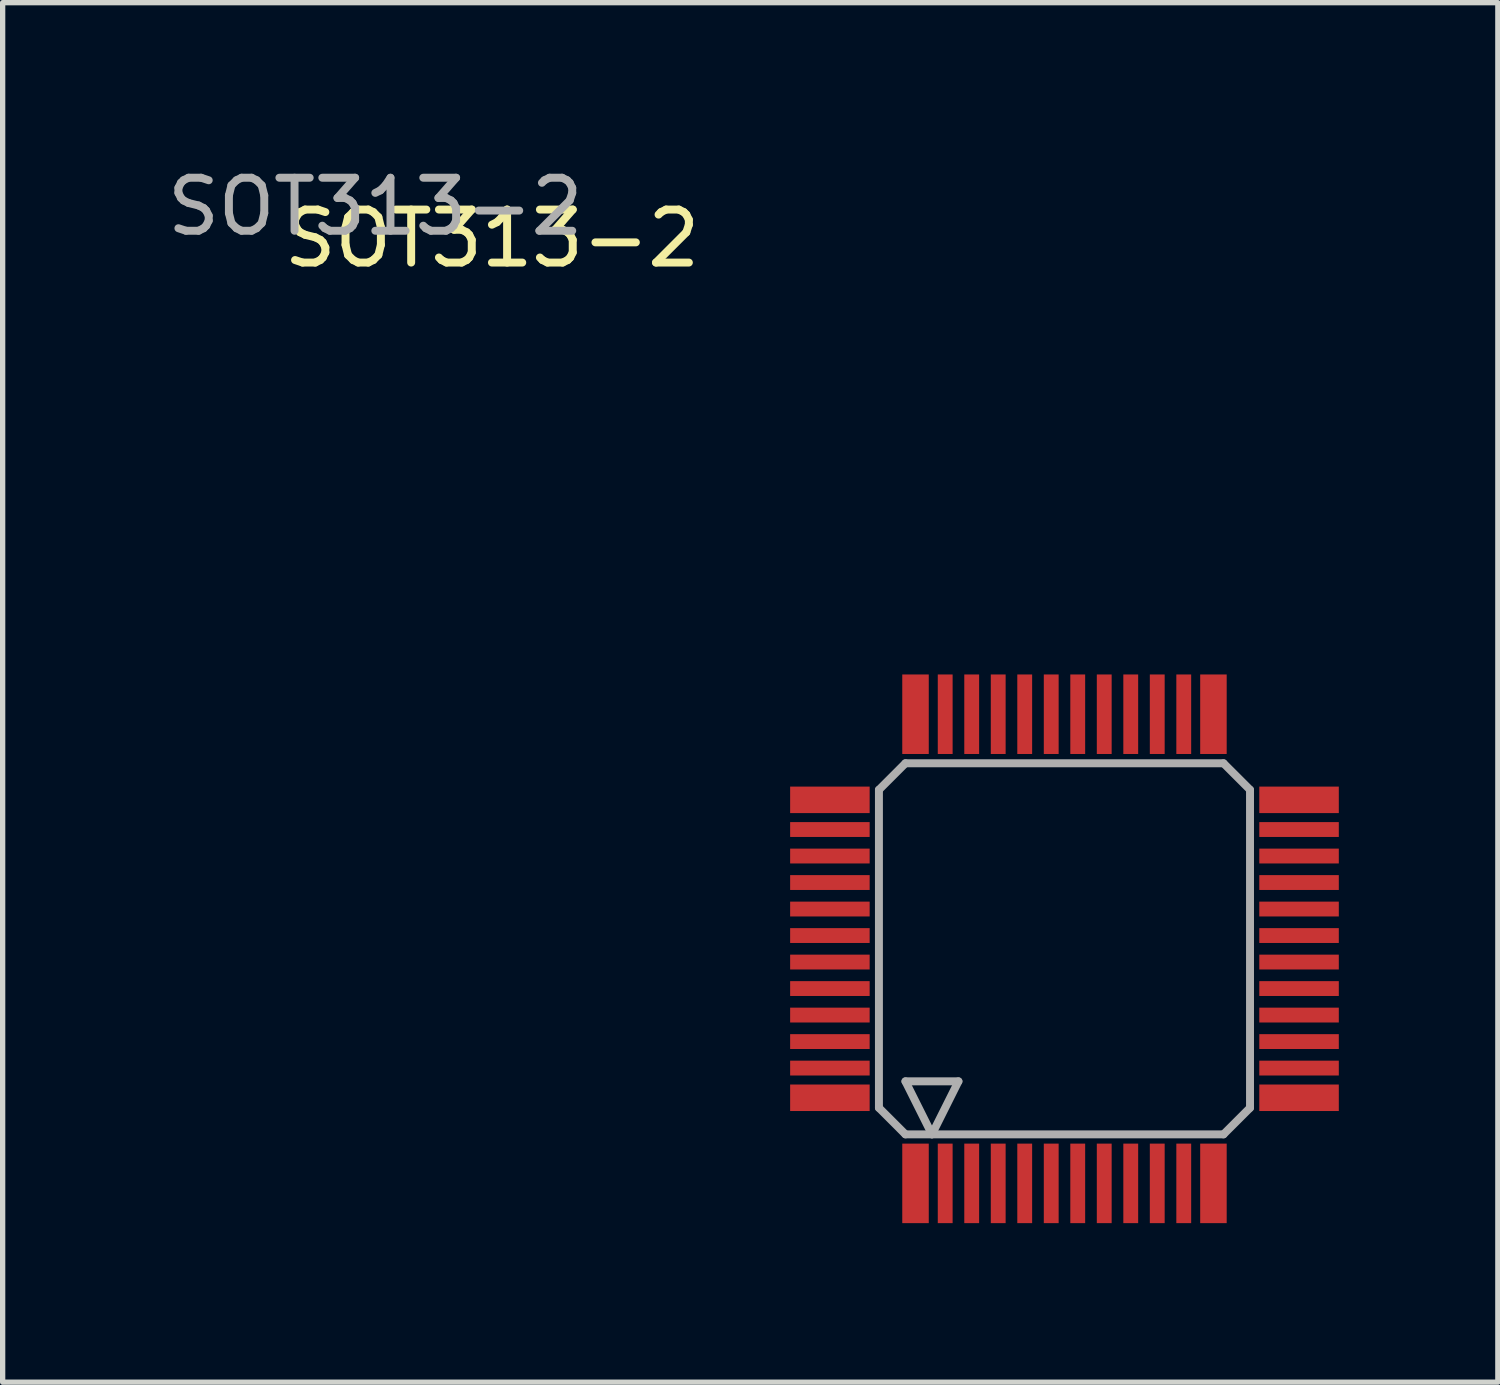
<source format=kicad_pcb>
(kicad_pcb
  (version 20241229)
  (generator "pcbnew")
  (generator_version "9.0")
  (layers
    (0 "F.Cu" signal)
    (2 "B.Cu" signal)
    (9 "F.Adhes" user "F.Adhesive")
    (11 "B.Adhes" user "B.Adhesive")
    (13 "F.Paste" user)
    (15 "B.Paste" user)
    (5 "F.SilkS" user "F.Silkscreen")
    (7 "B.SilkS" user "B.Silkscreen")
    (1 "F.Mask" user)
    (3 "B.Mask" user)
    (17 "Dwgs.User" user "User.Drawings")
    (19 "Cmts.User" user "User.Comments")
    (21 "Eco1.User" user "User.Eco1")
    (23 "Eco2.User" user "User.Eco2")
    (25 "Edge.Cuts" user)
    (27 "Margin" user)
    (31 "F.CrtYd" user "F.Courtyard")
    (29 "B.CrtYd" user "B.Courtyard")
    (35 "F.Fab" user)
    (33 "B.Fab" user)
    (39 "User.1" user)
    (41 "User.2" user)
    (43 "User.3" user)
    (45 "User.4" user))
  (footprint "SOT313-2"
    (layer "F.Cu")
    (at 17.03 14.848)
    (property "Reference" "SOT313-2" (at -10.8 -13.4 0) (layer "F.SilkS") (effects (font (size 1 1) (thickness 0.15))))
    (attr smd)
    (fp_line (start -3.5 -3) (end -3.5 3) (stroke (width 0.15) (type solid)) (layer "F.Fab"))
    (fp_line (start -3.5 -3) (end -3 -3.5) (stroke (width 0.15) (type solid)) (layer "F.Fab"))
    (fp_line (start -3 2.5) (end -2.5 3.5) (stroke (width 0.15) (type solid)) (layer "F.Fab"))
    (fp_line (start -3 3.5) (end -3.5 3) (stroke (width 0.15) (type solid)) (layer "F.Fab"))
    (fp_line (start -3 3.5) (end 3 3.5) (stroke (width 0.15) (type solid)) (layer "F.Fab"))
    (fp_line (start -2.5 3.5) (end -2 2.5) (stroke (width 0.15) (type solid)) (layer "F.Fab"))
    (fp_line (start -2 2.5) (end -3 2.5) (stroke (width 0.15) (type solid)) (layer "F.Fab"))
    (fp_line (start 3 -3.5) (end -3 -3.5) (stroke (width 0.15) (type solid)) (layer "F.Fab"))
    (fp_line (start 3.5 -3) (end 3 -3.5) (stroke (width 0.15) (type solid)) (layer "F.Fab"))
    (fp_line (start 3.5 3) (end 3 3.5) (stroke (width 0.15) (type solid)) (layer "F.Fab"))
    (fp_line (start 3.5 3) (end 3.5 -3) (stroke (width 0.15) (type solid)) (layer "F.Fab"))
    (fp_text user "${REFERENCE}" (at -13 -14 0) (layer "F.Fab") (effects (font (size 1 1) (thickness 0.15))))
    (pad "1" smd rect (at -4.425 -2.81) (size 1.5 0.5) (layers "F.Cu" "F.Mask" "F.Paste"))
    (pad "2" smd rect (at 4.425 -2.81) (size 1.5 0.5) (layers "F.Cu" "F.Mask" "F.Paste"))
    (pad "3" smd rect (at -4.425 2.81) (size 1.5 0.5) (layers "F.Cu" "F.Mask" "F.Paste"))
    (pad "4" smd rect (at 4.425 2.81) (size 1.5 0.5) (layers "F.Cu" "F.Mask" "F.Paste"))
    (pad "5" smd rect (at -2.81 -4.425) (size 0.5 1.5) (layers "F.Cu" "F.Mask" "F.Paste"))
    (pad "6" smd rect (at 2.81 -4.425) (size 0.5 1.5) (layers "F.Cu" "F.Mask" "F.Paste"))
    (pad "7" smd rect (at -2.81 4.425) (size 0.5 1.5) (layers "F.Cu" "F.Mask" "F.Paste"))
    (pad "8" smd rect (at 2.81 4.425) (size 0.5 1.5) (layers "F.Cu" "F.Mask" "F.Paste"))
    (pad "11" smd rect (at -4.425 -2.25) (size 1.5 0.28) (layers "F.Cu" "F.Mask" "F.Paste"))
    (pad "11" smd rect (at -2.25 -4.425) (size 0.28 1.5) (layers "F.Cu" "F.Mask" "F.Paste"))
    (pad "12" smd rect (at -4.425 -1.75) (size 1.5 0.28) (layers "F.Cu" "F.Mask" "F.Paste"))
    (pad "12" smd rect (at -2.25 4.425) (size 0.28 1.5) (layers "F.Cu" "F.Mask" "F.Paste"))
    (pad "13" smd rect (at -4.425 -1.25) (size 1.5 0.28) (layers "F.Cu" "F.Mask" "F.Paste"))
    (pad "14" smd rect (at -4.425 -0.75) (size 1.5 0.28) (layers "F.Cu" "F.Mask" "F.Paste"))
    (pad "15" smd rect (at -4.425 -0.25) (size 1.5 0.28) (layers "F.Cu" "F.Mask" "F.Paste"))
    (pad "16" smd rect (at -4.425 0.25) (size 1.5 0.28) (layers "F.Cu" "F.Mask" "F.Paste"))
    (pad "17" smd rect (at -4.425 0.75) (size 1.5 0.28) (layers "F.Cu" "F.Mask" "F.Paste"))
    (pad "18" smd rect (at -4.425 1.25) (size 1.5 0.28) (layers "F.Cu" "F.Mask" "F.Paste"))
    (pad "19" smd rect (at -4.425 1.75) (size 1.5 0.28) (layers "F.Cu" "F.Mask" "F.Paste"))
    (pad "21" smd rect (at -1.75 -4.425) (size 0.28 1.5) (layers "F.Cu" "F.Mask" "F.Paste"))
    (pad "21" smd rect (at 4.425 -2.25) (size 1.5 0.28) (layers "F.Cu" "F.Mask" "F.Paste"))
    (pad "22" smd rect (at -1.75 4.425) (size 0.28 1.5) (layers "F.Cu" "F.Mask" "F.Paste"))
    (pad "22" smd rect (at 4.425 -1.75) (size 1.5 0.28) (layers "F.Cu" "F.Mask" "F.Paste"))
    (pad "23" smd rect (at 4.425 -1.25) (size 1.5 0.28) (layers "F.Cu" "F.Mask" "F.Paste"))
    (pad "24" smd rect (at 4.425 -0.75) (size 1.5 0.28) (layers "F.Cu" "F.Mask" "F.Paste"))
    (pad "25" smd rect (at 4.425 -0.25) (size 1.5 0.28) (layers "F.Cu" "F.Mask" "F.Paste"))
    (pad "26" smd rect (at 4.425 0.25) (size 1.5 0.28) (layers "F.Cu" "F.Mask" "F.Paste"))
    (pad "27" smd rect (at 4.425 0.75) (size 1.5 0.28) (layers "F.Cu" "F.Mask" "F.Paste"))
    (pad "28" smd rect (at 4.425 1.25) (size 1.5 0.28) (layers "F.Cu" "F.Mask" "F.Paste"))
    (pad "29" smd rect (at 4.425 1.75) (size 1.5 0.28) (layers "F.Cu" "F.Mask" "F.Paste"))
    (pad "31" smd rect (at -1.25 -4.425) (size 0.28 1.5) (layers "F.Cu" "F.Mask" "F.Paste"))
    (pad "32" smd rect (at -1.25 4.425) (size 0.28 1.5) (layers "F.Cu" "F.Mask" "F.Paste"))
    (pad "41" smd rect (at -0.75 -4.425) (size 0.28 1.5) (layers "F.Cu" "F.Mask" "F.Paste"))
    (pad "42" smd rect (at -0.75 4.425) (size 0.28 1.5) (layers "F.Cu" "F.Mask" "F.Paste"))
    (pad "51" smd rect (at -0.25 -4.425) (size 0.28 1.5) (layers "F.Cu" "F.Mask" "F.Paste"))
    (pad "52" smd rect (at -0.25 4.425) (size 0.28 1.5) (layers "F.Cu" "F.Mask" "F.Paste"))
    (pad "61" smd rect (at 0.25 -4.425) (size 0.28 1.5) (layers "F.Cu" "F.Mask" "F.Paste"))
    (pad "62" smd rect (at 0.25 4.425) (size 0.28 1.5) (layers "F.Cu" "F.Mask" "F.Paste"))
    (pad "71" smd rect (at 0.75 -4.425) (size 0.28 1.5) (layers "F.Cu" "F.Mask" "F.Paste"))
    (pad "72" smd rect (at 0.75 4.425) (size 0.28 1.5) (layers "F.Cu" "F.Mask" "F.Paste"))
    (pad "81" smd rect (at 1.25 -4.425) (size 0.28 1.5) (layers "F.Cu" "F.Mask" "F.Paste"))
    (pad "82" smd rect (at 1.25 4.425) (size 0.28 1.5) (layers "F.Cu" "F.Mask" "F.Paste"))
    (pad "91" smd rect (at 1.75 -4.425) (size 0.28 1.5) (layers "F.Cu" "F.Mask" "F.Paste"))
    (pad "92" smd rect (at 1.75 4.425) (size 0.28 1.5) (layers "F.Cu" "F.Mask" "F.Paste"))
    (pad "101" smd rect (at 2.25 -4.425) (size 0.28 1.5) (layers "F.Cu" "F.Mask" "F.Paste"))
    (pad "102" smd rect (at 2.25 4.425) (size 0.28 1.5) (layers "F.Cu" "F.Mask" "F.Paste"))
    (pad "110" smd rect (at -4.425 2.25) (size 1.5 0.28) (layers "F.Cu" "F.Mask" "F.Paste"))
    (pad "210" smd rect (at 4.425 2.25) (size 1.5 0.28) (layers "F.Cu" "F.Mask" "F.Paste")))
  (gr_rect
    (start -3 -3)
    (end 25.205 23.023)
    (stroke (width 0.1) (type default))
    (fill no)
    (layer "Edge.Cuts")))
</source>
